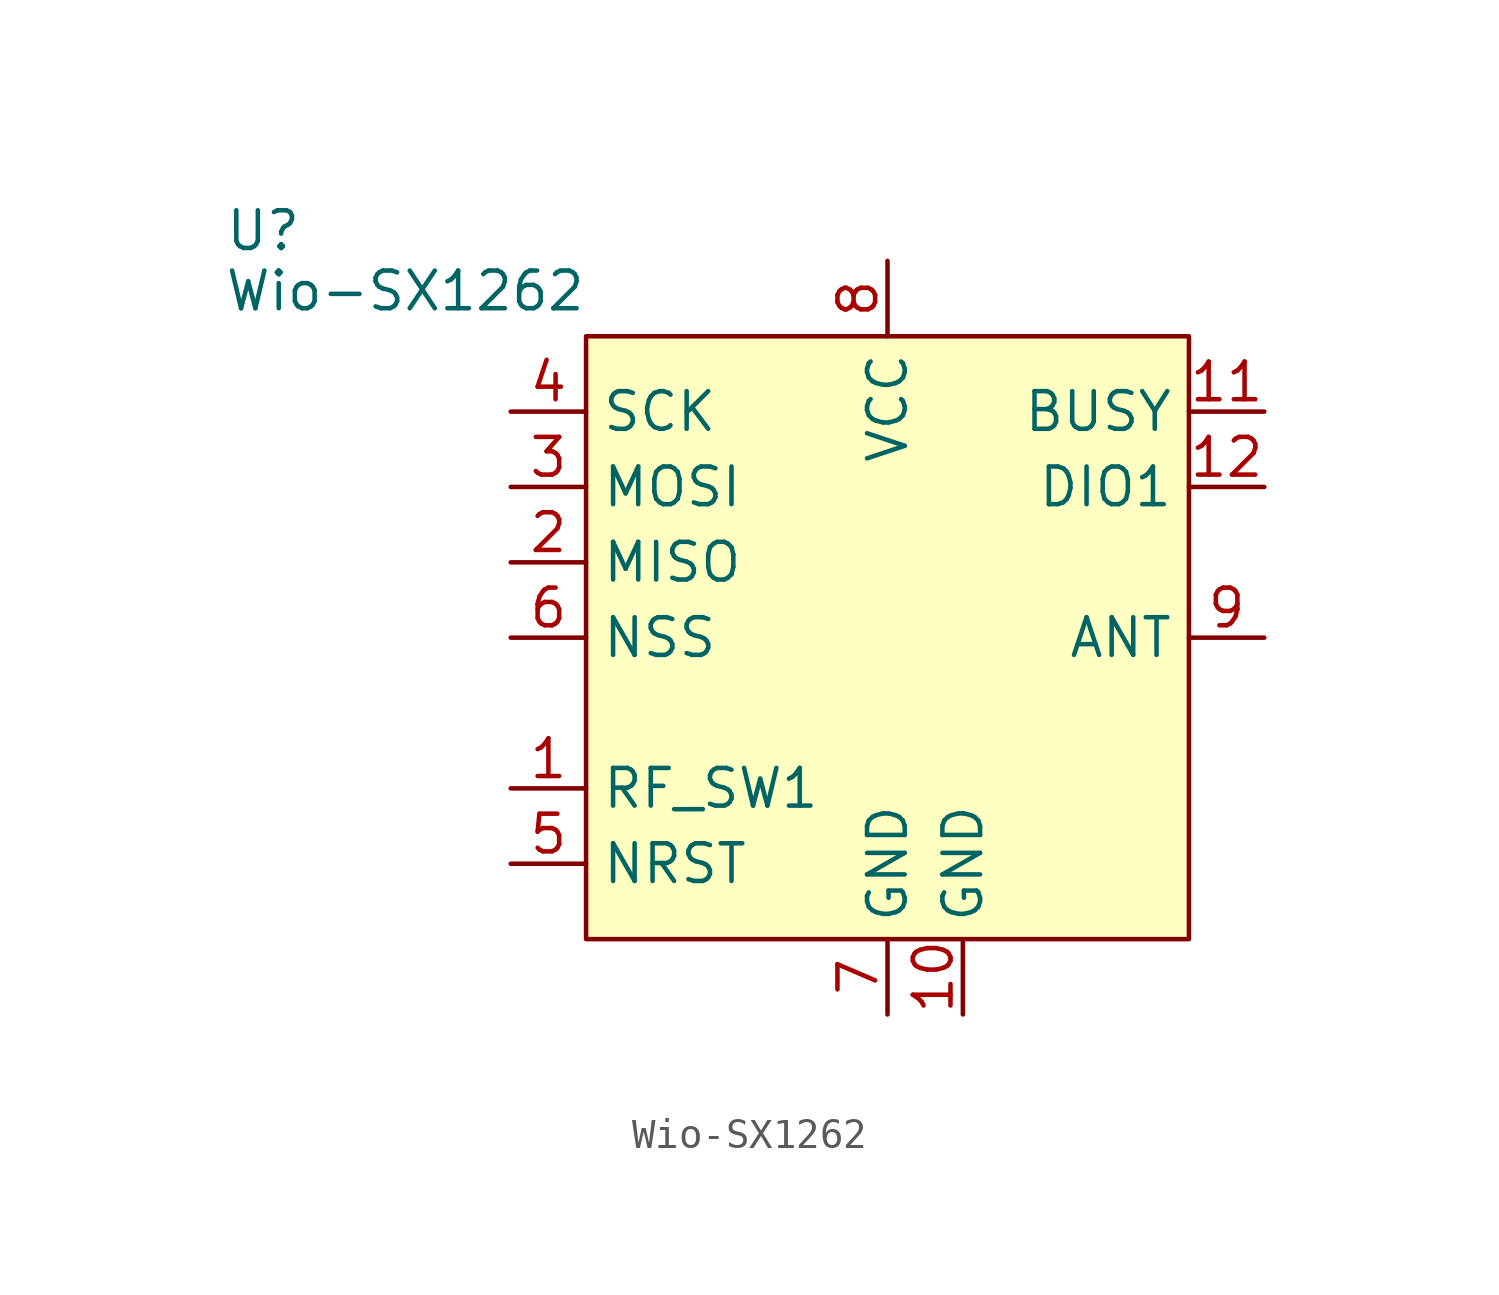
<source format=kicad_sym>
(kicad_symbol_lib
  (version 20241209)
  (generator "kicad_symbol_editor")
  (generator_version "9.0")
  (symbol "Wio-SX1262"
    (property "Reference" "U"
      (at -22.352 13.716 0)
      (effects (font (size 1.27 1.27)) (justify left)))
    (property "Value" "Wio-SX1262"
      (at -16.256 11.684 0)
      (effects (font (size 1.27 1.27))))
    (symbol "Wio-SX1262_1_1"
      (rectangle (start -10.16 10.16) (end 10.16 -10.16) (stroke (width 0) (type solid)) (fill (type background)))
      (pin passive line (at -12.7 7.62 0) (length 2.54) (name "SCK" (effects (font (size 1.27 1.27)))) (number "4" (effects (font (size 1.27 1.27)))))
      (pin passive line (at -12.7 5.08 0) (length 2.54) (name "MOSI" (effects (font (size 1.27 1.27)))) (number "3" (effects (font (size 1.27 1.27)))))
      (pin passive line (at -12.7 2.54 0) (length 2.54) (name "MISO" (effects (font (size 1.27 1.27)))) (number "2" (effects (font (size 1.27 1.27)))))
      (pin passive line (at -12.7 0 0) (length 2.54) (name "NSS" (effects (font (size 1.27 1.27)))) (number "6" (effects (font (size 1.27 1.27)))))
      (pin passive line (at -12.7 -5.08 0) (length 2.54) (name "RF_SW1" (effects (font (size 1.27 1.27)))) (number "1" (effects (font (size 1.27 1.27)))))
      (pin passive line (at -12.7 -7.62 0) (length 2.54) (name "NRST" (effects (font (size 1.27 1.27)))) (number "5" (effects (font (size 1.27 1.27)))))
      (pin power_in line (at 0 12.7 270) (length 2.54) (name "VCC" (effects (font (size 1.27 1.27)))) (number "8" (effects (font (size 1.27 1.27)))))
      (pin power_in line (at 0 -12.7 90) (length 2.54) (name "GND" (effects (font (size 1.27 1.27)))) (number "7" (effects (font (size 1.27 1.27)))))
      (pin power_in line (at 2.54 -12.7 90) (length 2.54) (name "GND" (effects (font (size 1.27 1.27)))) (number "10" (effects (font (size 1.27 1.27)))))
      (pin passive line (at 12.7 7.62 180) (length 2.54) (name "BUSY" (effects (font (size 1.27 1.27)))) (number "11" (effects (font (size 1.27 1.27)))))
      (pin passive line (at 12.7 5.08 180) (length 2.54) (name "DIO1" (effects (font (size 1.27 1.27)))) (number "12" (effects (font (size 1.27 1.27)))))
      (pin passive line (at 12.7 0 180) (length 2.54) (name "ANT" (effects (font (size 1.27 1.27)))) (number "9" (effects (font (size 1.27 1.27))))))))
</source>
